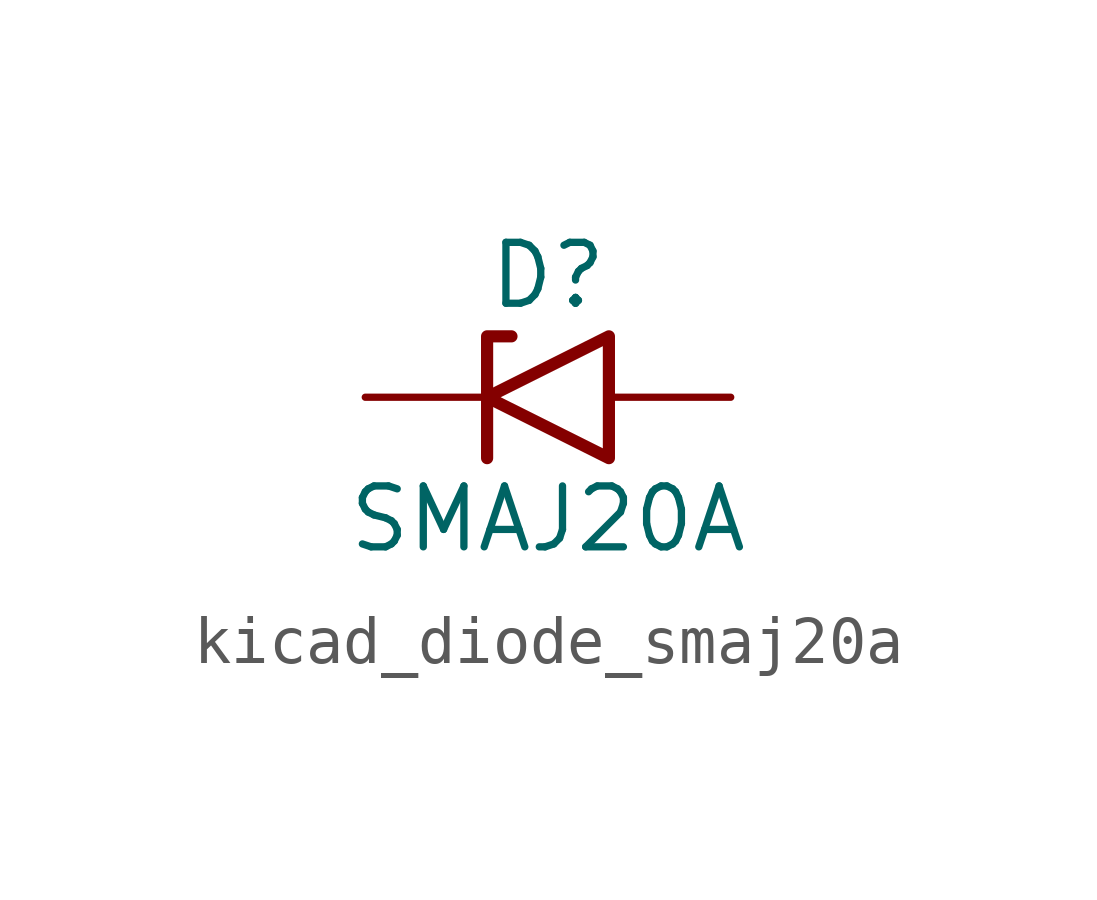
<source format=kicad_sym>
(kicad_symbol_lib
  (version 20220914)
  (generator kicad_symbol_editor)
  (symbol "kicad_diode_smaj20a"
    (pin_numbers hide)
    (pin_names
      (offset 1.016) hide)
    (property "Reference" "D"
      (at 0 2.54 0)
      (effects (font (size 1.27 1.27))))
    (property "Value" "SMAJ20A"
      (at 0 -2.54 0)
      (effects (font (size 1.27 1.27))))
    (symbol "kicad_diode_smaj20a_0_1"
      (polyline (pts (xy -0.762 1.27) (xy -1.27 1.27) (xy -1.27 -1.27)) (stroke (width 0.254) (type default)) (fill (type none)))
      (polyline (pts (xy 1.27 1.27) (xy 1.27 -1.27) (xy -1.27 0) (xy 1.27 1.27)) (stroke (width 0.254) (type default)) (fill (type none))))
    (symbol "kicad_diode_smaj20a_1_1"
      (pin passive line (at -3.81 0 0) (length 2.54) (name "A1" (effects (font (size 1.27 1.27)))) (number "1" (effects (font (size 1.27 1.27)))))
      (pin passive line (at 3.81 0 180) (length 2.54) (name "A2" (effects (font (size 1.27 1.27)))) (number "2" (effects (font (size 1.27 1.27))))))))
</source>
